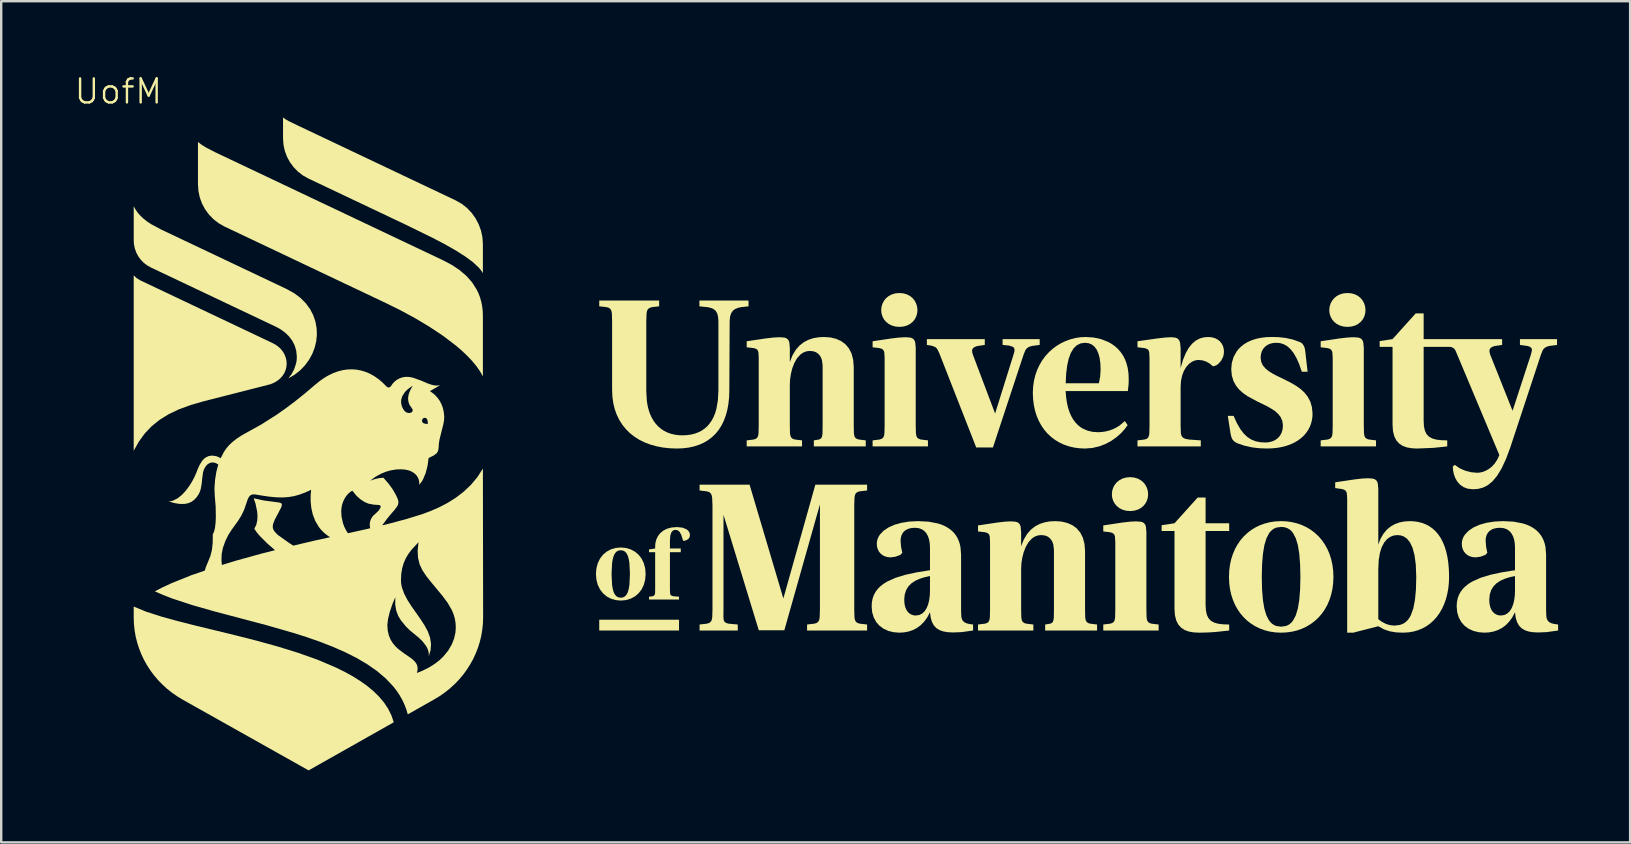
<source format=kicad_pcb>
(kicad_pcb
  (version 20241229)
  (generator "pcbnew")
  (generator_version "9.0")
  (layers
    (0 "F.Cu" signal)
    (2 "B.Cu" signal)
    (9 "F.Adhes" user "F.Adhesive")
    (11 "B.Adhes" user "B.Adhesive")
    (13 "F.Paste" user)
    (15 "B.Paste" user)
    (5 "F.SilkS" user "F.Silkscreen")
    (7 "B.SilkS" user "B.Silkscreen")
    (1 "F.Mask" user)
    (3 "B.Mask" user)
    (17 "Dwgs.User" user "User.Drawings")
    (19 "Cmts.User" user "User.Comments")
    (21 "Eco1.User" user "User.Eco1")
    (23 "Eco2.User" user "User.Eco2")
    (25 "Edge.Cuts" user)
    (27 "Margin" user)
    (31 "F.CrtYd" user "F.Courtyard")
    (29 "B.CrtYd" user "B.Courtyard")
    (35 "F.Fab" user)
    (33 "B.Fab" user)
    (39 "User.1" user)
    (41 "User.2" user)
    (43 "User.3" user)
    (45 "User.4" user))
  (footprint "UofM"
    (layer "F.Cu")
    (at 1.883 0.76)
    (property "Reference" "UofM" (at 0 0 0) (layer "F.SilkS") (effects (font (size 1 1) (thickness 0.1))))
    (attr through_hole)
    (fp_poly (pts (xy 20.04 22.016) (xy 23.365 22.016) (xy 23.365 22.466) (xy 20.04 22.466)) (stroke (width 0.001) (type solid)) (fill yes) (layer "F.SilkS"))
    (fp_poly (pts (xy 6.439 10.494) (xy 0.916 7.875) (xy 0.762 7.781) (xy 0.639 7.666) (xy 0.639 14.975) (xy 0.855 14.592) (xy 1.102 14.252) (xy 1.388 13.952) (xy 1.716 13.687) (xy 2.092 13.454) (xy 2.523 13.249) (xy 3.013 13.069) (xy 3.568 12.909) (xy 6.35 12.199) (xy 6.506 12.131) (xy 6.64 12.048) (xy 6.753 11.952) (xy 6.846 11.847) (xy 6.918 11.733) (xy 6.969 11.612) (xy 7.001 11.487) (xy 7.013 11.36) (xy 7.006 11.232) (xy 6.979 11.106) (xy 6.934 10.984) (xy 6.871 10.867) (xy 6.789 10.757) (xy 6.69 10.657) (xy 6.573 10.569)) (stroke (width 0.001) (type solid)) (fill yes) (layer "F.SilkS"))
    (fp_poly (pts (xy 15.191 7.575) (xy 15.121 7.465) (xy 15.028 7.351) (xy 14.78 7.118) (xy 14.454 6.877) (xy 14.059 6.627) (xy 13.604 6.368) (xy 13.096 6.102) (xy 11.959 5.546) (xy 7.921 3.631) (xy 7.69 3.501) (xy 7.483 3.341) (xy 7.302 3.155) (xy 7.149 2.948) (xy 7.026 2.72) (xy 6.936 2.477) (xy 6.881 2.222) (xy 6.862 1.957) (xy 6.862 1.084) (xy 6.973 1.165) (xy 7.117 1.247) (xy 7.499 1.431) (xy 14.059 4.542) (xy 14.306 4.682) (xy 14.528 4.856) (xy 14.721 5.059) (xy 14.884 5.287) (xy 15.015 5.535) (xy 15.112 5.799) (xy 15.171 6.075) (xy 15.191 6.36)) (stroke (width 0.001) (type solid)) (fill yes) (layer "F.SilkS"))
    (fp_poly (pts (xy 46.292 17.997) (xy 46.292 18.319) (xy 45.309 18.319) (xy 45.309 21.394) (xy 45.322 21.624) (xy 45.361 21.809) (xy 45.429 21.953) (xy 45.529 22.06) (xy 45.663 22.135) (xy 45.833 22.183) (xy 46.042 22.209) (xy 46.292 22.216) (xy 46.292 22.466) (xy 45.717 22.528) (xy 45.391 22.548) (xy 45.041 22.556) (xy 44.817 22.545) (xy 44.616 22.51) (xy 44.441 22.447) (xy 44.292 22.351) (xy 44.173 22.219) (xy 44.086 22.047) (xy 44.031 21.829) (xy 44.013 21.564) (xy 44.013 18.319) (xy 43.477 18.319) (xy 43.477 18.077) (xy 44.013 17.997) (xy 44.978 16.924) (xy 45.309 16.924) (xy 45.309 17.997)) (stroke (width 0.001) (type solid)) (fill yes) (layer "F.SilkS"))
    (fp_poly (pts (xy 33.301 9.116) (xy 33.288 9.251) (xy 33.25 9.38) (xy 33.188 9.498) (xy 33.103 9.602) (xy 32.995 9.689) (xy 32.867 9.756) (xy 32.718 9.798) (xy 32.55 9.813) (xy 32.381 9.798) (xy 32.231 9.756) (xy 32.101 9.689) (xy 31.992 9.602) (xy 31.905 9.498) (xy 31.842 9.38) (xy 31.803 9.251) (xy 31.79 9.116) (xy 31.803 8.978) (xy 31.842 8.846) (xy 31.905 8.725) (xy 31.992 8.618) (xy 32.101 8.528) (xy 32.231 8.46) (xy 32.381 8.416) (xy 32.55 8.401) (xy 32.718 8.416) (xy 32.867 8.46) (xy 32.995 8.528) (xy 33.103 8.618) (xy 33.188 8.725) (xy 33.25 8.846) (xy 33.288 8.978)) (stroke (width 0.001) (type solid)) (fill yes) (layer "F.SilkS"))
    (fp_poly (pts (xy 42.914 16.79) (xy 42.901 16.926) (xy 42.863 17.054) (xy 42.801 17.172) (xy 42.716 17.276) (xy 42.608 17.364) (xy 42.48 17.43) (xy 42.331 17.473) (xy 42.163 17.488) (xy 41.994 17.473) (xy 41.844 17.43) (xy 41.714 17.364) (xy 41.605 17.276) (xy 41.518 17.172) (xy 41.455 17.054) (xy 41.416 16.926) (xy 41.403 16.79) (xy 41.416 16.652) (xy 41.455 16.52) (xy 41.518 16.399) (xy 41.605 16.292) (xy 41.714 16.203) (xy 41.844 16.134) (xy 41.994 16.091) (xy 42.163 16.075) (xy 42.331 16.091) (xy 42.48 16.134) (xy 42.608 16.203) (xy 42.716 16.292) (xy 42.801 16.399) (xy 42.863 16.52) (xy 42.901 16.652)) (stroke (width 0.001) (type solid)) (fill yes) (layer "F.SilkS"))
    (fp_poly (pts (xy 51.973 9.116) (xy 51.96 9.251) (xy 51.923 9.38) (xy 51.861 9.498) (xy 51.775 9.602) (xy 51.668 9.689) (xy 51.54 9.756) (xy 51.391 9.798) (xy 51.222 9.813) (xy 51.054 9.798) (xy 50.904 9.756) (xy 50.774 9.689) (xy 50.665 9.602) (xy 50.578 9.498) (xy 50.515 9.38) (xy 50.476 9.251) (xy 50.463 9.116) (xy 50.476 8.978) (xy 50.515 8.846) (xy 50.578 8.725) (xy 50.665 8.618) (xy 50.774 8.528) (xy 50.904 8.46) (xy 51.054 8.416) (xy 51.222 8.401) (xy 51.391 8.416) (xy 51.54 8.46) (xy 51.668 8.528) (xy 51.775 8.618) (xy 51.861 8.725) (xy 51.923 8.846) (xy 51.96 8.978)) (stroke (width 0.001) (type solid)) (fill yes) (layer "F.SilkS"))
    (fp_poly (pts (xy 33.229 10.68) (xy 33.229 13.916) (xy 33.237 14.253) (xy 33.256 14.358) (xy 33.293 14.43) (xy 33.353 14.477) (xy 33.444 14.507) (xy 33.739 14.542) (xy 33.739 14.792) (xy 31.432 14.792) (xy 31.432 14.542) (xy 31.722 14.507) (xy 31.811 14.477) (xy 31.87 14.43) (xy 31.907 14.358) (xy 31.925 14.253) (xy 31.933 13.916) (xy 31.933 11.109) (xy 31.919 10.876) (xy 31.895 10.803) (xy 31.854 10.752) (xy 31.791 10.718) (xy 31.703 10.695) (xy 31.432 10.663) (xy 31.432 10.412) (xy 32.219 10.294) (xy 32.541 10.257) (xy 32.791 10.243) (xy 32.999 10.258) (xy 33.075 10.282) (xy 33.134 10.321) (xy 33.178 10.377) (xy 33.207 10.454)) (stroke (width 0.001) (type solid)) (fill yes) (layer "F.SilkS"))
    (fp_poly (pts (xy 42.842 18.355) (xy 42.842 21.591) (xy 42.85 21.927) (xy 42.869 22.032) (xy 42.906 22.104) (xy 42.966 22.152) (xy 43.057 22.181) (xy 43.352 22.216) (xy 43.352 22.466) (xy 41.045 22.466) (xy 41.045 22.216) (xy 41.335 22.181) (xy 41.424 22.152) (xy 41.483 22.104) (xy 41.52 22.032) (xy 41.538 21.927) (xy 41.546 21.591) (xy 41.546 18.784) (xy 41.532 18.55) (xy 41.508 18.477) (xy 41.467 18.426) (xy 41.404 18.392) (xy 41.316 18.369) (xy 41.045 18.337) (xy 41.045 18.087) (xy 41.832 17.968) (xy 42.154 17.931) (xy 42.404 17.917) (xy 42.612 17.932) (xy 42.688 17.956) (xy 42.747 17.995) (xy 42.791 18.051) (xy 42.82 18.128)) (stroke (width 0.001) (type solid)) (fill yes) (layer "F.SilkS"))
    (fp_poly (pts (xy 51.902 10.68) (xy 51.902 13.916) (xy 51.91 14.253) (xy 51.929 14.358) (xy 51.966 14.43) (xy 52.026 14.477) (xy 52.117 14.507) (xy 52.411 14.542) (xy 52.411 14.792) (xy 50.105 14.792) (xy 50.105 14.542) (xy 50.395 14.507) (xy 50.484 14.477) (xy 50.543 14.43) (xy 50.579 14.358) (xy 50.598 14.253) (xy 50.606 13.916) (xy 50.606 11.109) (xy 50.592 10.876) (xy 50.568 10.803) (xy 50.526 10.752) (xy 50.464 10.718) (xy 50.376 10.695) (xy 50.105 10.663) (xy 50.105 10.412) (xy 50.892 10.294) (xy 51.214 10.257) (xy 51.464 10.243) (xy 51.672 10.258) (xy 51.748 10.282) (xy 51.807 10.321) (xy 51.85 10.377) (xy 51.88 10.454)) (stroke (width 0.001) (type solid)) (fill yes) (layer "F.SilkS"))
    (fp_poly (pts (xy 36.849 10.323) (xy 36.849 10.564) (xy 37.113 10.59) (xy 37.275 10.642) (xy 37.319 10.679) (xy 37.343 10.722) (xy 37.344 10.83) (xy 37.305 10.967) (xy 36.537 13.423) (xy 35.616 10.984) (xy 35.587 10.891) (xy 35.577 10.812) (xy 35.589 10.745) (xy 35.627 10.69) (xy 35.694 10.646) (xy 35.794 10.611) (xy 36.107 10.564) (xy 36.107 10.323) (xy 33.694 10.323) (xy 33.694 10.564) (xy 33.903 10.599) (xy 34.04 10.651) (xy 34.091 10.693) (xy 34.134 10.748) (xy 34.212 10.913) (xy 35.75 14.837) (xy 36.447 14.837) (xy 37.725 10.967) (xy 37.798 10.786) (xy 37.844 10.721) (xy 37.903 10.672) (xy 37.981 10.633) (xy 38.086 10.605) (xy 38.395 10.564) (xy 38.395 10.323)) (stroke (width 0.001) (type solid)) (fill yes) (layer "F.SilkS"))
    (fp_poly (pts (xy 3.317 2.107) (xy 3.317 3.883) (xy 3.337 4.159) (xy 3.395 4.426) (xy 3.489 4.68) (xy 3.617 4.917) (xy 3.777 5.134) (xy 3.966 5.328) (xy 4.182 5.495) (xy 4.424 5.631) (xy 11.161 8.826) (xy 11.752 9.118) (xy 12.358 9.446) (xy 12.958 9.804) (xy 13.534 10.187) (xy 14.065 10.591) (xy 14.307 10.799) (xy 14.531 11.01) (xy 14.734 11.223) (xy 14.913 11.439) (xy 15.066 11.656) (xy 15.191 11.873) (xy 15.191 9.358) (xy 15.184 9.153) (xy 15.162 8.957) (xy 15.125 8.77) (xy 15.075 8.592) (xy 15.011 8.421) (xy 14.934 8.26) (xy 14.743 7.959) (xy 14.504 7.689) (xy 14.221 7.447) (xy 13.897 7.231) (xy 13.536 7.04) (xy 4.026 2.531) (xy 3.629 2.324) (xy 3.461 2.217)) (stroke (width 0.001) (type solid)) (fill yes) (layer "F.SilkS"))
    (fp_poly (pts (xy 0.639 21.468) (xy 0.639 21.938) (xy 0.649 22.2) (xy 0.676 22.458) (xy 0.72 22.713) (xy 0.782 22.963) (xy 0.86 23.208) (xy 0.954 23.447) (xy 1.063 23.679) (xy 1.188 23.904) (xy 1.327 24.12) (xy 1.481 24.328) (xy 1.649 24.526) (xy 1.831 24.714) (xy 2.025 24.891) (xy 2.232 25.056) (xy 2.452 25.209) (xy 2.683 25.349) (xy 7.928 28.295) (xy 11.477 26.29) (xy 11.38 26.004) (xy 11.245 25.732) (xy 11.075 25.474) (xy 10.871 25.23) (xy 10.637 24.999) (xy 10.374 24.78) (xy 10.083 24.572) (xy 9.769 24.375) (xy 9.432 24.189) (xy 9.075 24.013) (xy 8.311 23.688) (xy 7.492 23.396) (xy 6.638 23.132) (xy 5.766 22.891) (xy 4.893 22.669) (xy 3.217 22.262) (xy 2.45 22.068) (xy 1.752 21.874) (xy 1.143 21.676)) (stroke (width 0.001) (type solid)) (fill yes) (layer "F.SilkS"))
    (fp_poly (pts (xy 7.02 8.239) (xy 1.771 5.75) (xy 1.369 5.534) (xy 1.2 5.422) (xy 1.051 5.306) (xy 0.922 5.185) (xy 0.81 5.058) (xy 0.717 4.925) (xy 0.64 4.785) (xy 0.64 6.211) (xy 0.652 6.389) (xy 0.69 6.56) (xy 0.75 6.723) (xy 0.832 6.876) (xy 0.935 7.015) (xy 1.056 7.14) (xy 1.195 7.247) (xy 1.35 7.335) (xy 6.564 9.807) (xy 6.694 9.875) (xy 6.836 9.966) (xy 6.982 10.08) (xy 7.121 10.221) (xy 7.246 10.388) (xy 7.346 10.583) (xy 7.413 10.808) (xy 7.438 11.064) (xy 7.43 11.199) (xy 7.408 11.329) (xy 7.329 11.571) (xy 7.216 11.784) (xy 7.083 11.96) (xy 7.344 11.806) (xy 7.576 11.623) (xy 7.776 11.415) (xy 7.945 11.186) (xy 8.08 10.94) (xy 8.18 10.681) (xy 8.245 10.413) (xy 8.272 10.14) (xy 8.262 9.865) (xy 8.212 9.594) (xy 8.122 9.328) (xy 7.99 9.073) (xy 7.815 8.833) (xy 7.596 8.611) (xy 7.331 8.412)) (stroke (width 0.001) (type solid)) (fill yes) (layer "F.SilkS"))
    (fp_poly (pts (xy 23.82 18.491) (xy 23.806 18.574) (xy 23.763 18.64) (xy 23.696 18.69) (xy 23.607 18.725) (xy 23.535 18.725) (xy 23.464 18.496) (xy 23.391 18.357) (xy 23.31 18.288) (xy 23.212 18.27) (xy 23.119 18.294) (xy 23.048 18.37) (xy 23.002 18.505) (xy 22.986 18.704) (xy 22.986 19.048) (xy 23.437 19.048) (xy 23.437 19.202) (xy 22.986 19.202) (xy 22.986 20.758) (xy 22.992 20.918) (xy 23.006 20.968) (xy 23.034 21.003) (xy 23.079 21.025) (xy 23.146 21.039) (xy 23.365 21.056) (xy 23.365 21.175) (xy 22.114 21.175) (xy 22.114 21.056) (xy 22.262 21.039) (xy 22.338 21.003) (xy 22.366 20.918) (xy 22.37 20.758) (xy 22.37 19.202) (xy 22.114 19.202) (xy 22.114 19.087) (xy 22.37 19.048) (xy 22.37 18.963) (xy 22.381 18.819) (xy 22.418 18.675) (xy 22.482 18.539) (xy 22.575 18.416) (xy 22.699 18.31) (xy 22.856 18.227) (xy 23.047 18.174) (xy 23.276 18.155) (xy 23.501 18.178) (xy 23.672 18.245) (xy 23.735 18.293) (xy 23.782 18.351) (xy 23.81 18.417)) (stroke (width 0.001) (type solid)) (fill yes) (layer "F.SilkS"))
    (fp_poly (pts (xy 31.203 16.63) (xy 31.203 16.388) (xy 29.046 16.388) (xy 27.713 21.13) (xy 26.305 16.388) (xy 24.222 16.388) (xy 24.222 16.63) (xy 24.517 16.665) (xy 24.612 16.694) (xy 24.678 16.742) (xy 24.721 16.816) (xy 24.745 16.922) (xy 24.759 17.264) (xy 24.759 21.59) (xy 24.748 21.927) (xy 24.726 22.032) (xy 24.685 22.104) (xy 24.62 22.152) (xy 24.525 22.181) (xy 24.222 22.216) (xy 24.222 22.466) (xy 25.813 22.466) (xy 25.813 22.216) (xy 25.434 22.181) (xy 25.326 22.152) (xy 25.261 22.104) (xy 25.227 22.032) (xy 25.215 21.927) (xy 25.218 21.591) (xy 25.218 17.643) (xy 26.689 22.457) (xy 27.753 22.457) (xy 29.237 17.21) (xy 29.237 21.591) (xy 29.226 21.927) (xy 29.204 22.032) (xy 29.163 22.104) (xy 29.098 22.152) (xy 29.003 22.181) (xy 28.701 22.216) (xy 28.701 22.466) (xy 31.203 22.466) (xy 31.203 22.216) (xy 30.897 22.181) (xy 30.802 22.152) (xy 30.737 22.104) (xy 30.698 22.032) (xy 30.677 21.927) (xy 30.667 21.591) (xy 30.667 17.264) (xy 30.677 16.922) (xy 30.698 16.816) (xy 30.738 16.742) (xy 30.802 16.694) (xy 30.897 16.665)) (stroke (width 0.001) (type solid)) (fill yes) (layer "F.SilkS"))
    (fp_poly (pts (xy 20.553 20.112) (xy 20.575 20.567) (xy 20.604 20.738) (xy 20.644 20.873) (xy 20.697 20.975) (xy 20.763 21.045) (xy 20.843 21.086) (xy 20.936 21.099) (xy 21.029 21.086) (xy 21.109 21.045) (xy 21.175 20.975) (xy 21.228 20.873) (xy 21.268 20.738) (xy 21.297 20.567) (xy 21.319 20.112) (xy 21.297 19.654) (xy 21.268 19.482) (xy 21.228 19.347) (xy 21.175 19.245) (xy 21.109 19.174) (xy 21.029 19.134) (xy 20.936 19.121) (xy 20.936 19.006) (xy 21.153 19.026) (xy 21.351 19.085) (xy 21.528 19.18) (xy 21.68 19.308) (xy 21.804 19.468) (xy 21.896 19.657) (xy 21.954 19.873) (xy 21.974 20.112) (xy 21.954 20.351) (xy 21.896 20.566) (xy 21.804 20.755) (xy 21.68 20.915) (xy 21.528 21.044) (xy 21.351 21.139) (xy 21.153 21.198) (xy 20.936 21.218) (xy 20.721 21.198) (xy 20.523 21.139) (xy 20.347 21.044) (xy 20.196 20.915) (xy 20.072 20.755) (xy 19.98 20.566) (xy 19.922 20.351) (xy 19.902 20.112) (xy 19.922 19.873) (xy 19.98 19.657) (xy 20.072 19.468) (xy 20.196 19.308) (xy 20.347 19.18) (xy 20.523 19.085) (xy 20.721 19.026) (xy 20.936 19.006) (xy 20.936 19.121) (xy 20.844 19.134) (xy 20.765 19.174) (xy 20.699 19.245) (xy 20.646 19.347) (xy 20.605 19.482) (xy 20.576 19.654)) (stroke (width 0.001) (type solid)) (fill yes) (layer "F.SilkS"))
    (fp_poly (pts (xy 46.074 10.841) (xy 46.065 10.952) (xy 46.043 11.05) (xy 45.964 11.211) (xy 45.863 11.33) (xy 45.761 11.413) (xy 45.618 11.458) (xy 45.484 11.344) (xy 45.338 11.26) (xy 45.179 11.208) (xy 45.01 11.19) (xy 44.873 11.209) (xy 44.74 11.265) (xy 44.614 11.357) (xy 44.502 11.484) (xy 44.406 11.643) (xy 44.333 11.835) (xy 44.285 12.056) (xy 44.268 12.307) (xy 44.268 13.925) (xy 44.279 14.256) (xy 44.308 14.36) (xy 44.367 14.431) (xy 44.466 14.478) (xy 44.615 14.507) (xy 45.109 14.542) (xy 45.109 14.792) (xy 42.471 14.792) (xy 42.471 14.542) (xy 42.761 14.507) (xy 42.85 14.478) (xy 42.91 14.431) (xy 42.946 14.36) (xy 42.964 14.256) (xy 42.972 13.925) (xy 42.972 11.109) (xy 42.96 10.876) (xy 42.939 10.803) (xy 42.899 10.752) (xy 42.838 10.717) (xy 42.75 10.695) (xy 42.471 10.663) (xy 42.471 10.412) (xy 43.298 10.294) (xy 43.631 10.256) (xy 43.884 10.243) (xy 44.057 10.261) (xy 44.123 10.288) (xy 44.177 10.33) (xy 44.217 10.389) (xy 44.246 10.469) (xy 44.268 10.698) (xy 44.268 11.53) (xy 44.367 11.189) (xy 44.481 10.909) (xy 44.609 10.684) (xy 44.75 10.51) (xy 44.902 10.382) (xy 45.064 10.297) (xy 45.235 10.249) (xy 45.412 10.234) (xy 45.564 10.246) (xy 45.697 10.282) (xy 45.81 10.339) (xy 45.904 10.414) (xy 45.978 10.504) (xy 46.031 10.607) (xy 46.063 10.72)) (stroke (width 0.001) (type solid)) (fill yes) (layer "F.SilkS"))
    (fp_poly (pts (xy 30.646 11.476) (xy 30.646 13.916) (xy 30.653 14.253) (xy 30.672 14.358) (xy 30.708 14.43) (xy 30.768 14.477) (xy 30.857 14.507) (xy 31.146 14.542) (xy 31.146 14.792) (xy 28.983 14.792) (xy 28.983 14.542) (xy 29.195 14.507) (xy 29.26 14.477) (xy 29.304 14.43) (xy 29.33 14.358) (xy 29.344 14.253) (xy 29.349 13.916) (xy 29.349 11.422) (xy 29.322 11.203) (xy 29.286 11.1) (xy 29.233 11.008) (xy 29.162 10.929) (xy 29.071 10.868) (xy 28.958 10.829) (xy 28.822 10.815) (xy 28.711 10.825) (xy 28.609 10.853) (xy 28.516 10.898) (xy 28.431 10.958) (xy 28.285 11.117) (xy 28.171 11.315) (xy 28.085 11.538) (xy 28.027 11.772) (xy 27.993 12.004) (xy 27.982 12.218) (xy 27.982 13.916) (xy 27.99 14.253) (xy 28.009 14.358) (xy 28.046 14.43) (xy 28.106 14.478) (xy 28.197 14.507) (xy 28.491 14.542) (xy 28.491 14.792) (xy 26.185 14.792) (xy 26.185 14.542) (xy 26.475 14.507) (xy 26.564 14.478) (xy 26.623 14.43) (xy 26.659 14.358) (xy 26.678 14.253) (xy 26.686 13.916) (xy 26.686 11.109) (xy 26.674 10.876) (xy 26.652 10.803) (xy 26.613 10.752) (xy 26.552 10.718) (xy 26.463 10.695) (xy 26.185 10.663) (xy 26.185 10.412) (xy 26.979 10.294) (xy 27.297 10.257) (xy 27.544 10.243) (xy 27.752 10.258) (xy 27.828 10.282) (xy 27.887 10.321) (xy 27.931 10.377) (xy 27.96 10.454) (xy 27.982 10.681) (xy 27.982 11.279) (xy 28.093 10.998) (xy 28.23 10.769) (xy 28.39 10.587) (xy 28.569 10.448) (xy 28.763 10.348) (xy 28.969 10.281) (xy 29.183 10.245) (xy 29.403 10.234) (xy 29.667 10.252) (xy 29.907 10.308) (xy 30.118 10.403) (xy 30.299 10.536) (xy 30.446 10.71) (xy 30.555 10.924) (xy 30.622 11.179)) (stroke (width 0.001) (type solid)) (fill yes) (layer "F.SilkS"))
    (fp_poly (pts (xy 40.286 19.15) (xy 40.286 21.591) (xy 40.293 21.927) (xy 40.312 22.032) (xy 40.348 22.104) (xy 40.408 22.152) (xy 40.497 22.181) (xy 40.786 22.216) (xy 40.786 22.466) (xy 38.623 22.466) (xy 38.623 22.216) (xy 38.835 22.181) (xy 38.9 22.152) (xy 38.944 22.104) (xy 38.97 22.032) (xy 38.984 21.927) (xy 38.989 21.591) (xy 38.989 19.097) (xy 38.962 18.877) (xy 38.926 18.775) (xy 38.873 18.682) (xy 38.802 18.603) (xy 38.71 18.542) (xy 38.598 18.503) (xy 38.462 18.489) (xy 38.351 18.499) (xy 38.249 18.527) (xy 38.155 18.572) (xy 38.07 18.633) (xy 37.925 18.791) (xy 37.811 18.989) (xy 37.725 19.212) (xy 37.666 19.447) (xy 37.633 19.678) (xy 37.622 19.892) (xy 37.622 21.591) (xy 37.63 21.927) (xy 37.649 22.032) (xy 37.685 22.105) (xy 37.746 22.152) (xy 37.837 22.181) (xy 38.131 22.216) (xy 38.131 22.466) (xy 35.825 22.466) (xy 35.825 22.216) (xy 36.115 22.181) (xy 36.204 22.152) (xy 36.263 22.105) (xy 36.299 22.032) (xy 36.318 21.927) (xy 36.326 21.591) (xy 36.326 18.784) (xy 36.314 18.55) (xy 36.292 18.477) (xy 36.253 18.426) (xy 36.192 18.392) (xy 36.103 18.369) (xy 35.825 18.337) (xy 35.825 18.087) (xy 36.618 17.968) (xy 36.936 17.931) (xy 37.184 17.917) (xy 37.392 17.932) (xy 37.468 17.956) (xy 37.527 17.995) (xy 37.57 18.051) (xy 37.6 18.128) (xy 37.622 18.355) (xy 37.622 18.954) (xy 37.733 18.673) (xy 37.87 18.443) (xy 38.03 18.261) (xy 38.208 18.122) (xy 38.402 18.022) (xy 38.609 17.956) (xy 38.823 17.919) (xy 39.043 17.908) (xy 39.307 17.926) (xy 39.546 17.983) (xy 39.758 18.077) (xy 39.939 18.211) (xy 40.086 18.384) (xy 40.194 18.598) (xy 40.262 18.853)) (stroke (width 0.001) (type solid)) (fill yes) (layer "F.SilkS"))
    (fp_poly (pts (xy 58.409 10.323) (xy 58.409 10.564) (xy 58.735 10.61) (xy 58.827 10.644) (xy 58.881 10.687) (xy 58.905 10.74) (xy 58.906 10.804) (xy 58.866 10.967) (xy 58.102 13.309) (xy 57.176 10.984) (xy 57.147 10.891) (xy 57.137 10.812) (xy 57.149 10.745) (xy 57.187 10.69) (xy 57.254 10.646) (xy 57.354 10.611) (xy 57.667 10.564) (xy 57.667 10.323) (xy 54.396 10.323) (xy 54.396 9.25) (xy 54.065 9.25) (xy 53.1 10.323) (xy 52.563 10.404) (xy 52.563 10.645) (xy 53.1 10.645) (xy 53.1 13.89) (xy 53.118 14.155) (xy 53.172 14.373) (xy 53.26 14.545) (xy 53.379 14.677) (xy 53.527 14.773) (xy 53.703 14.836) (xy 53.904 14.871) (xy 54.128 14.882) (xy 54.804 14.854) (xy 55.379 14.793) (xy 55.379 14.542) (xy 55.129 14.535) (xy 54.92 14.51) (xy 54.75 14.461) (xy 54.616 14.386) (xy 54.516 14.279) (xy 54.447 14.135) (xy 54.408 13.951) (xy 54.396 13.72) (xy 54.396 10.645) (xy 55.483 10.645) (xy 55.561 10.657) (xy 55.63 10.69) (xy 55.687 10.741) (xy 55.727 10.807) (xy 57.551 15.154) (xy 57.462 15.349) (xy 57.355 15.51) (xy 57.236 15.638) (xy 57.109 15.737) (xy 56.98 15.809) (xy 56.854 15.857) (xy 56.736 15.884) (xy 56.63 15.892) (xy 56.382 15.871) (xy 56.131 15.807) (xy 55.895 15.703) (xy 55.692 15.561) (xy 55.611 15.633) (xy 55.621 15.781) (xy 55.652 15.939) (xy 55.708 16.098) (xy 55.79 16.247) (xy 55.903 16.38) (xy 56.049 16.485) (xy 56.231 16.555) (xy 56.452 16.58) (xy 56.665 16.564) (xy 56.872 16.51) (xy 57.072 16.408) (xy 57.266 16.249) (xy 57.456 16.021) (xy 57.642 15.717) (xy 57.825 15.325) (xy 58.007 14.837) (xy 59.285 10.967) (xy 59.358 10.786) (xy 59.404 10.722) (xy 59.463 10.672) (xy 59.541 10.634) (xy 59.646 10.605) (xy 59.955 10.565) (xy 59.955 10.323)) (stroke (width 0.001) (type solid)) (fill yes) (layer "F.SilkS"))
    (fp_poly (pts (xy 25.475 9.589) (xy 25.461 12.459) (xy 25.452 12.744) (xy 25.424 13.013) (xy 25.379 13.264) (xy 25.316 13.498) (xy 25.236 13.715) (xy 25.139 13.914) (xy 25.025 14.095) (xy 24.894 14.258) (xy 24.746 14.402) (xy 24.583 14.528) (xy 24.403 14.635) (xy 24.208 14.723) (xy 23.997 14.792) (xy 23.772 14.842) (xy 23.531 14.872) (xy 23.275 14.882) (xy 22.977 14.871) (xy 22.693 14.84) (xy 22.424 14.788) (xy 22.169 14.717) (xy 21.93 14.626) (xy 21.708 14.516) (xy 21.504 14.387) (xy 21.317 14.24) (xy 21.15 14.074) (xy 21.003 13.892) (xy 20.876 13.692) (xy 20.77 13.475) (xy 20.686 13.242) (xy 20.626 12.994) (xy 20.589 12.729) (xy 20.576 12.45) (xy 20.576 9.59) (xy 20.567 9.248) (xy 20.545 9.142) (xy 20.506 9.068) (xy 20.441 9.02) (xy 20.346 8.99) (xy 20.04 8.955) (xy 20.04 8.714) (xy 22.536 8.714) (xy 22.536 8.955) (xy 22.233 8.99) (xy 22.139 9.02) (xy 22.074 9.068) (xy 22.033 9.142) (xy 22.011 9.248) (xy 22 9.59) (xy 22 12.504) (xy 22.026 12.923) (xy 22.059 13.113) (xy 22.104 13.289) (xy 22.162 13.453) (xy 22.231 13.603) (xy 22.312 13.739) (xy 22.404 13.862) (xy 22.507 13.971) (xy 22.62 14.065) (xy 22.743 14.146) (xy 22.876 14.212) (xy 23.019 14.264) (xy 23.17 14.301) (xy 23.33 14.324) (xy 23.499 14.332) (xy 23.691 14.324) (xy 23.868 14.299) (xy 24.032 14.258) (xy 24.182 14.201) (xy 24.319 14.129) (xy 24.442 14.042) (xy 24.553 13.942) (xy 24.65 13.827) (xy 24.736 13.699) (xy 24.809 13.558) (xy 24.87 13.405) (xy 24.92 13.24) (xy 24.984 12.875) (xy 25.006 12.469) (xy 25.006 9.59) (xy 24.993 9.396) (xy 24.955 9.249) (xy 24.892 9.143) (xy 24.804 9.069) (xy 24.692 9.021) (xy 24.556 8.991) (xy 24.214 8.956) (xy 24.214 8.715) (xy 26.262 8.715) (xy 26.262 8.956) (xy 25.948 8.991) (xy 25.814 9.021) (xy 25.699 9.069) (xy 25.605 9.143) (xy 25.534 9.249) (xy 25.49 9.396)) (stroke (width 0.001) (type solid)) (fill yes) (layer "F.SilkS"))
    (fp_poly (pts (xy 40.862 12.163) (xy 39.479 12.163) (xy 39.498 11.765) (xy 39.541 11.421) (xy 39.606 11.131) (xy 39.695 10.894) (xy 39.807 10.71) (xy 39.942 10.579) (xy 40.1 10.501) (xy 40.282 10.475) (xy 40.317 10.234) (xy 40.099 10.244) (xy 39.886 10.276) (xy 39.679 10.329) (xy 39.478 10.401) (xy 39.286 10.492) (xy 39.104 10.601) (xy 38.933 10.728) (xy 38.774 10.873) (xy 38.629 11.033) (xy 38.499 11.209) (xy 38.386 11.401) (xy 38.29 11.606) (xy 38.213 11.825) (xy 38.156 12.057) (xy 38.121 12.302) (xy 38.109 12.558) (xy 38.12 12.819) (xy 38.151 13.068) (xy 38.201 13.303) (xy 38.27 13.524) (xy 38.358 13.73) (xy 38.462 13.921) (xy 38.583 14.097) (xy 38.719 14.256) (xy 38.871 14.398) (xy 39.036 14.523) (xy 39.215 14.631) (xy 39.407 14.72) (xy 39.61 14.79) (xy 39.824 14.841) (xy 40.048 14.871) (xy 40.282 14.882) (xy 40.593 14.858) (xy 40.881 14.791) (xy 41.146 14.689) (xy 41.385 14.559) (xy 41.598 14.408) (xy 41.782 14.245) (xy 41.937 14.075) (xy 42.06 13.908) (xy 41.944 13.738) (xy 41.725 13.923) (xy 41.599 14.002) (xy 41.461 14.07) (xy 41.314 14.126) (xy 41.157 14.167) (xy 40.992 14.193) (xy 40.818 14.202) (xy 40.609 14.188) (xy 40.391 14.138) (xy 40.174 14.041) (xy 40.07 13.972) (xy 39.97 13.887) (xy 39.875 13.785) (xy 39.787 13.665) (xy 39.708 13.526) (xy 39.638 13.365) (xy 39.578 13.182) (xy 39.531 12.976) (xy 39.496 12.744) (xy 39.477 12.486) (xy 42.069 12.486) (xy 42.101 12.193) (xy 42.105 11.968) (xy 42.094 11.736) (xy 42.063 11.524) (xy 42.013 11.33) (xy 41.945 11.154) (xy 41.861 10.995) (xy 41.763 10.853) (xy 41.652 10.728) (xy 41.53 10.618) (xy 41.397 10.523) (xy 41.256 10.443) (xy 40.955 10.323) (xy 40.638 10.255) (xy 40.317 10.234) (xy 40.282 10.475) (xy 40.435 10.493) (xy 40.568 10.548) (xy 40.68 10.638) (xy 40.772 10.763) (xy 40.843 10.923) (xy 40.894 11.116) (xy 40.924 11.342) (xy 40.934 11.601) (xy 40.914 11.897)) (stroke (width 0.001) (type solid)) (fill yes) (layer "F.SilkS"))
    (fp_poly (pts (xy 52.506 19.892) (xy 52.506 21.993) (xy 52.665 22.11) (xy 52.831 22.194) (xy 53.003 22.244) (xy 53.177 22.261) (xy 53.395 22.236) (xy 53.493 22.204) (xy 53.583 22.159) (xy 53.665 22.098) (xy 53.74 22.022) (xy 53.807 21.929) (xy 53.867 21.819) (xy 53.965 21.545) (xy 54.034 21.194) (xy 54.075 20.758) (xy 54.088 20.232) (xy 54.069 19.726) (xy 54.016 19.326) (xy 53.934 19.02) (xy 53.829 18.797) (xy 53.708 18.644) (xy 53.575 18.55) (xy 53.438 18.502) (xy 53.302 18.489) (xy 53.149 18.506) (xy 53.004 18.562) (xy 52.869 18.659) (xy 52.75 18.802) (xy 52.649 18.992) (xy 52.506 18.882) (xy 52.6 18.64) (xy 52.718 18.436) (xy 52.858 18.267) (xy 53.018 18.133) (xy 53.196 18.032) (xy 53.389 17.962) (xy 53.595 17.921) (xy 53.811 17.908) (xy 53.99 17.916) (xy 54.162 17.94) (xy 54.325 17.981) (xy 54.479 18.04) (xy 54.624 18.115) (xy 54.76 18.209) (xy 54.885 18.322) (xy 54.999 18.453) (xy 55.102 18.603) (xy 55.192 18.774) (xy 55.271 18.964) (xy 55.336 19.175) (xy 55.388 19.407) (xy 55.425 19.66) (xy 55.448 19.935) (xy 55.456 20.232) (xy 55.448 20.479) (xy 55.422 20.717) (xy 55.381 20.944) (xy 55.324 21.161) (xy 55.251 21.365) (xy 55.164 21.556) (xy 55.061 21.734) (xy 54.944 21.897) (xy 54.813 22.044) (xy 54.669 22.174) (xy 54.511 22.287) (xy 54.34 22.381) (xy 54.156 22.456) (xy 53.961 22.511) (xy 53.753 22.544) (xy 53.534 22.556) (xy 53.247 22.543) (xy 52.983 22.499) (xy 52.739 22.416) (xy 52.506 22.288) (xy 51.461 22.556) (xy 51.21 22.556) (xy 51.21 16.978) (xy 51.196 16.75) (xy 51.172 16.678) (xy 51.131 16.627) (xy 51.068 16.592) (xy 50.98 16.568) (xy 50.71 16.531) (xy 50.71 16.29) (xy 51.496 16.172) (xy 51.818 16.134) (xy 52.068 16.12) (xy 52.276 16.136) (xy 52.352 16.16) (xy 52.411 16.198) (xy 52.455 16.254) (xy 52.484 16.331) (xy 52.506 16.558) (xy 52.506 18.882) (xy 52.649 18.992) (xy 52.573 19.235) (xy 52.524 19.534)) (stroke (width 0.001) (type solid)) (fill yes) (layer "F.SilkS"))
    (fp_poly (pts (xy 47.651 20.232) (xy 47.662 20.752) (xy 47.697 21.189) (xy 47.757 21.548) (xy 47.842 21.832) (xy 47.953 22.045) (xy 48.019 22.127) (xy 48.092 22.193) (xy 48.172 22.243) (xy 48.259 22.278) (xy 48.455 22.306) (xy 48.652 22.278) (xy 48.739 22.243) (xy 48.819 22.193) (xy 48.892 22.127) (xy 48.957 22.045) (xy 49.069 21.832) (xy 49.154 21.548) (xy 49.213 21.189) (xy 49.248 20.752) (xy 49.26 20.232) (xy 49.248 19.709) (xy 49.213 19.269) (xy 49.154 18.909) (xy 49.069 18.624) (xy 48.957 18.41) (xy 48.892 18.328) (xy 48.819 18.262) (xy 48.739 18.212) (xy 48.652 18.177) (xy 48.557 18.156) (xy 48.455 18.149) (xy 48.455 17.908) (xy 48.688 17.918) (xy 48.911 17.95) (xy 49.125 18.002) (xy 49.328 18.073) (xy 49.52 18.164) (xy 49.699 18.273) (xy 49.866 18.4) (xy 50.019 18.543) (xy 50.157 18.703) (xy 50.279 18.88) (xy 50.385 19.071) (xy 50.473 19.276) (xy 50.543 19.496) (xy 50.595 19.729) (xy 50.626 19.974) (xy 50.637 20.232) (xy 50.626 20.489) (xy 50.595 20.734) (xy 50.543 20.967) (xy 50.473 21.187) (xy 50.385 21.393) (xy 50.279 21.584) (xy 50.157 21.76) (xy 50.019 21.92) (xy 49.866 22.064) (xy 49.699 22.19) (xy 49.52 22.299) (xy 49.328 22.39) (xy 49.125 22.462) (xy 48.911 22.514) (xy 48.688 22.545) (xy 48.455 22.556) (xy 48.225 22.545) (xy 48.003 22.514) (xy 47.79 22.462) (xy 47.588 22.39) (xy 47.397 22.299) (xy 47.218 22.19) (xy 47.052 22.064) (xy 46.9 21.92) (xy 46.763 21.76) (xy 46.641 21.584) (xy 46.535 21.393) (xy 46.447 21.187) (xy 46.376 20.967) (xy 46.325 20.734) (xy 46.294 20.489) (xy 46.283 20.232) (xy 46.294 19.974) (xy 46.325 19.729) (xy 46.376 19.496) (xy 46.447 19.276) (xy 46.535 19.071) (xy 46.641 18.88) (xy 46.763 18.703) (xy 46.9 18.543) (xy 47.052 18.4) (xy 47.218 18.273) (xy 47.397 18.164) (xy 47.588 18.073) (xy 47.79 18.002) (xy 48.003 17.95) (xy 48.225 17.918) (xy 48.455 17.908) (xy 48.455 18.149) (xy 48.262 18.176) (xy 48.175 18.212) (xy 48.096 18.262) (xy 48.023 18.328) (xy 47.957 18.41) (xy 47.845 18.624) (xy 47.759 18.909) (xy 47.699 19.269) (xy 47.663 19.708)) (stroke (width 0.001) (type solid)) (fill yes) (layer "F.SilkS"))
    (fp_poly (pts (xy 49.247 10.448) (xy 49.305 10.481) (xy 49.351 10.523) (xy 49.415 10.626) (xy 49.448 10.733) (xy 49.462 10.823) (xy 49.56 11.681) (xy 49.319 11.681) (xy 49.211 11.37) (xy 49.097 11.112) (xy 48.976 10.903) (xy 48.847 10.74) (xy 48.711 10.618) (xy 48.567 10.536) (xy 48.415 10.489) (xy 48.255 10.475) (xy 48.119 10.485) (xy 47.995 10.516) (xy 47.883 10.567) (xy 47.788 10.637) (xy 47.71 10.726) (xy 47.651 10.833) (xy 47.615 10.958) (xy 47.602 11.1) (xy 47.627 11.27) (xy 47.695 11.417) (xy 47.802 11.544) (xy 47.94 11.657) (xy 48.104 11.76) (xy 48.287 11.857) (xy 48.684 12.049) (xy 48.886 12.153) (xy 49.081 12.269) (xy 49.264 12.399) (xy 49.428 12.55) (xy 49.566 12.724) (xy 49.673 12.927) (xy 49.741 13.162) (xy 49.766 13.433) (xy 49.758 13.582) (xy 49.734 13.727) (xy 49.696 13.866) (xy 49.642 13.999) (xy 49.572 14.126) (xy 49.488 14.245) (xy 49.39 14.357) (xy 49.276 14.459) (xy 49.148 14.552) (xy 49.006 14.636) (xy 48.85 14.708) (xy 48.68 14.768) (xy 48.495 14.817) (xy 48.298 14.852) (xy 48.086 14.874) (xy 47.862 14.881) (xy 47.548 14.87) (xy 47.237 14.833) (xy 46.928 14.764) (xy 46.619 14.657) (xy 46.507 14.591) (xy 46.431 14.509) (xy 46.383 14.405) (xy 46.351 14.273) (xy 46.235 13.522) (xy 46.476 13.522) (xy 46.612 13.821) (xy 46.752 14.065) (xy 46.899 14.258) (xy 47.054 14.405) (xy 47.219 14.511) (xy 47.398 14.581) (xy 47.59 14.619) (xy 47.799 14.631) (xy 47.949 14.619) (xy 48.087 14.584) (xy 48.212 14.527) (xy 48.32 14.448) (xy 48.409 14.348) (xy 48.475 14.227) (xy 48.517 14.086) (xy 48.532 13.924) (xy 48.508 13.738) (xy 48.44 13.578) (xy 48.333 13.439) (xy 48.196 13.318) (xy 48.032 13.21) (xy 47.85 13.11) (xy 47.455 12.917) (xy 47.059 12.702) (xy 46.877 12.576) (xy 46.714 12.431) (xy 46.577 12.263) (xy 46.47 12.067) (xy 46.402 11.839) (xy 46.378 11.573) (xy 46.402 11.316) (xy 46.475 11.07) (xy 46.599 10.843) (xy 46.681 10.739) (xy 46.777 10.642) (xy 46.886 10.553) (xy 47.01 10.473) (xy 47.149 10.403) (xy 47.302 10.344) (xy 47.47 10.297) (xy 47.653 10.262) (xy 47.852 10.24) (xy 48.067 10.233) (xy 48.351 10.241) (xy 48.64 10.273) (xy 48.938 10.338)) (stroke (width 0.001) (type solid)) (fill yes) (layer "F.SilkS"))
    (fp_poly (pts (xy 33.823 20.196) (xy 33.597 20.246) (xy 33.391 20.311) (xy 33.208 20.394) (xy 33.052 20.498) (xy 32.924 20.626) (xy 32.83 20.782) (xy 32.77 20.968) (xy 32.75 21.188) (xy 32.761 21.35) (xy 32.79 21.486) (xy 32.837 21.599) (xy 32.898 21.689) (xy 32.97 21.757) (xy 33.052 21.804) (xy 33.14 21.832) (xy 33.233 21.841) (xy 33.379 21.819) (xy 33.502 21.757) (xy 33.604 21.659) (xy 33.685 21.53) (xy 33.823 21.706) (xy 33.71 21.917) (xy 33.582 22.095) (xy 33.438 22.242) (xy 33.281 22.359) (xy 33.112 22.447) (xy 32.932 22.508) (xy 32.742 22.544) (xy 32.545 22.556) (xy 32.308 22.537) (xy 32.089 22.483) (xy 31.893 22.394) (xy 31.723 22.271) (xy 31.584 22.114) (xy 31.48 21.926) (xy 31.414 21.706) (xy 31.392 21.456) (xy 31.402 21.285) (xy 31.434 21.128) (xy 31.486 20.983) (xy 31.558 20.851) (xy 31.649 20.729) (xy 31.76 20.619) (xy 31.89 20.518) (xy 32.037 20.427) (xy 32.386 20.27) (xy 32.802 20.143) (xy 33.282 20.039) (xy 33.823 19.954) (xy 33.823 19.016) (xy 33.815 18.847) (xy 33.789 18.69) (xy 33.745 18.549) (xy 33.681 18.426) (xy 33.595 18.325) (xy 33.487 18.249) (xy 33.355 18.201) (xy 33.197 18.185) (xy 33.058 18.194) (xy 32.938 18.221) (xy 32.835 18.267) (xy 32.75 18.328) (xy 32.684 18.405) (xy 32.637 18.497) (xy 32.608 18.602) (xy 32.598 18.72) (xy 32.617 18.972) (xy 32.67 19.23) (xy 32.58 19.319) (xy 32.376 19.392) (xy 32.178 19.418) (xy 32.059 19.407) (xy 31.949 19.377) (xy 31.852 19.329) (xy 31.768 19.263) (xy 31.7 19.182) (xy 31.649 19.086) (xy 31.617 18.976) (xy 31.606 18.854) (xy 31.614 18.752) (xy 31.639 18.654) (xy 31.679 18.561) (xy 31.734 18.472) (xy 31.886 18.311) (xy 32.09 18.173) (xy 32.342 18.06) (xy 32.636 17.977) (xy 32.967 17.925) (xy 33.331 17.907) (xy 33.772 17.931) (xy 34.146 18.003) (xy 34.308 18.055) (xy 34.455 18.119) (xy 34.585 18.194) (xy 34.701 18.279) (xy 34.802 18.374) (xy 34.888 18.479) (xy 34.96 18.593) (xy 35.018 18.717) (xy 35.063 18.85) (xy 35.094 18.992) (xy 35.119 19.302) (xy 35.119 21.635) (xy 35.129 21.885) (xy 35.15 21.98) (xy 35.188 22.056) (xy 35.249 22.116) (xy 35.338 22.162) (xy 35.459 22.194) (xy 35.62 22.216) (xy 35.62 22.466) (xy 35.14 22.533) (xy 34.788 22.547) (xy 34.572 22.537) (xy 34.383 22.506) (xy 34.224 22.45) (xy 34.091 22.368) (xy 33.985 22.255) (xy 33.906 22.109) (xy 33.852 21.927) (xy 33.823 21.706) (xy 33.685 21.53) (xy 33.747 21.375) (xy 33.79 21.2) (xy 33.815 21.007) (xy 33.823 20.804)) (stroke (width 0.001) (type solid)) (fill yes) (layer "F.SilkS"))
    (fp_poly (pts (xy 58.203 20.196) (xy 57.978 20.246) (xy 57.772 20.311) (xy 57.589 20.394) (xy 57.432 20.498) (xy 57.305 20.626) (xy 57.21 20.782) (xy 57.151 20.968) (xy 57.131 21.188) (xy 57.141 21.35) (xy 57.171 21.486) (xy 57.217 21.599) (xy 57.278 21.689) (xy 57.351 21.757) (xy 57.432 21.804) (xy 57.521 21.832) (xy 57.613 21.841) (xy 57.759 21.819) (xy 57.883 21.757) (xy 57.985 21.659) (xy 58.066 21.53) (xy 58.203 21.706) (xy 58.091 21.917) (xy 57.962 22.095) (xy 57.819 22.242) (xy 57.662 22.359) (xy 57.492 22.447) (xy 57.312 22.508) (xy 57.123 22.544) (xy 56.925 22.556) (xy 56.688 22.537) (xy 56.47 22.483) (xy 56.274 22.394) (xy 56.104 22.271) (xy 55.965 22.114) (xy 55.861 21.926) (xy 55.795 21.706) (xy 55.772 21.456) (xy 55.783 21.285) (xy 55.814 21.128) (xy 55.866 20.983) (xy 55.938 20.851) (xy 56.03 20.729) (xy 56.141 20.619) (xy 56.27 20.518) (xy 56.418 20.427) (xy 56.766 20.27) (xy 57.182 20.143) (xy 57.663 20.039) (xy 58.203 19.954) (xy 58.203 19.016) (xy 58.195 18.847) (xy 58.17 18.69) (xy 58.126 18.549) (xy 58.061 18.426) (xy 57.976 18.325) (xy 57.868 18.249) (xy 57.735 18.201) (xy 57.578 18.185) (xy 57.439 18.194) (xy 57.318 18.221) (xy 57.215 18.267) (xy 57.131 18.328) (xy 57.065 18.405) (xy 57.017 18.497) (xy 56.988 18.602) (xy 56.979 18.72) (xy 56.998 18.972) (xy 57.05 19.23) (xy 56.961 19.319) (xy 56.756 19.392) (xy 56.559 19.418) (xy 56.439 19.407) (xy 56.33 19.377) (xy 56.232 19.329) (xy 56.149 19.263) (xy 56.08 19.182) (xy 56.029 19.086) (xy 55.997 18.976) (xy 55.986 18.854) (xy 55.995 18.752) (xy 56.019 18.654) (xy 56.059 18.561) (xy 56.114 18.472) (xy 56.266 18.311) (xy 56.47 18.173) (xy 56.722 18.06) (xy 57.016 17.977) (xy 57.348 17.925) (xy 57.712 17.907) (xy 58.153 17.931) (xy 58.526 18.003) (xy 58.689 18.055) (xy 58.835 18.119) (xy 58.966 18.194) (xy 59.082 18.279) (xy 59.182 18.374) (xy 59.268 18.479) (xy 59.34 18.593) (xy 59.399 18.717) (xy 59.443 18.85) (xy 59.475 18.992) (xy 59.499 19.302) (xy 59.499 21.635) (xy 59.51 21.885) (xy 59.53 21.98) (xy 59.569 22.056) (xy 59.629 22.116) (xy 59.718 22.162) (xy 59.84 22.194) (xy 60 22.216) (xy 60 22.466) (xy 59.521 22.533) (xy 59.169 22.547) (xy 58.952 22.537) (xy 58.764 22.506) (xy 58.604 22.45) (xy 58.471 22.368) (xy 58.366 22.255) (xy 58.286 22.109) (xy 58.232 21.927) (xy 58.203 21.706) (xy 58.066 21.53) (xy 58.128 21.375) (xy 58.17 21.2) (xy 58.195 21.007) (xy 58.203 20.804)) (stroke (width 0.001) (type solid)) (fill yes) (layer "F.SilkS"))
    (fp_poly (pts (xy 9.728 11.581) (xy 9.536 11.589) (xy 9.345 11.617) (xy 9.153 11.666) (xy 8.962 11.735) (xy 8.773 11.824) (xy 8.587 11.932) (xy 8.403 12.06) (xy 8.222 12.206) (xy 7.772 12.587) (xy 7.355 12.922) (xy 6.966 13.214) (xy 6.606 13.467) (xy 5.963 13.876) (xy 5.147 14.328) (xy 4.928 14.473) (xy 4.749 14.614) (xy 4.605 14.751) (xy 4.491 14.887) (xy 4.4 15.021) (xy 4.265 15.286) (xy 4.168 15.234) (xy 4.074 15.199) (xy 3.903 15.175) (xy 3.757 15.199) (xy 3.645 15.25) (xy 3.568 15.31) (xy 3.503 15.38) (xy 3.397 15.542) (xy 3.315 15.72) (xy 3.245 15.9) (xy 3.169 16.072) (xy 3.068 16.263) (xy 2.945 16.458) (xy 2.803 16.647) (xy 2.645 16.816) (xy 2.473 16.954) (xy 2.29 17.048) (xy 2.195 17.075) (xy 2.099 17.087) (xy 2.344 17.157) (xy 2.558 17.191) (xy 2.744 17.192) (xy 2.903 17.163) (xy 3.041 17.105) (xy 3.158 17.022) (xy 3.259 16.915) (xy 3.345 16.788) (xy 3.395 16.686) (xy 3.43 16.578) (xy 3.472 16.352) (xy 3.495 16.119) (xy 3.526 15.89) (xy 3.553 15.79) (xy 3.597 15.691) (xy 3.656 15.602) (xy 3.73 15.528) (xy 3.818 15.479) (xy 3.921 15.46) (xy 4.036 15.479) (xy 4.164 15.544) (xy 4.085 15.845) (xy 4.029 16.189) (xy 4.004 16.542) (xy 4.018 16.868) (xy 4.054 17.292) (xy 4.062 17.764) (xy 4.05 17.986) (xy 4.027 18.185) (xy 3.988 18.347) (xy 3.935 18.459) (xy 3.931 18.81) (xy 3.9 19.101) (xy 4.306 19.276) (xy 4.356 19.023) (xy 4.465 18.719) (xy 4.588 18.474) (xy 4.72 18.267) (xy 4.992 17.89) (xy 5.122 17.681) (xy 5.243 17.43) (xy 5.393 16.99) (xy 5.442 16.897) (xy 5.496 16.837) (xy 5.559 16.805) (xy 5.632 16.793) (xy 5.717 16.798) (xy 5.929 16.834) (xy 6.275 16.886) (xy 6.578 16.915) (xy 6.848 16.921) (xy 7.094 16.904) (xy 7.326 16.865) (xy 7.553 16.801) (xy 7.786 16.714) (xy 8.034 16.603) (xy 8.013 16.831) (xy 8.013 17.085) (xy 8.04 17.354) (xy 8.101 17.628) (xy 8.205 17.899) (xy 8.356 18.154) (xy 8.453 18.274) (xy 8.564 18.386) (xy 8.691 18.49) (xy 8.823 18.577) (xy 8.148 18.726) (xy 7.29 18.929) (xy 7.116 18.818) (xy 6.631 18.472) (xy 6.499 18.329) (xy 6.46 18.26) (xy 6.438 18.189) (xy 6.434 18.115) (xy 6.446 18.035) (xy 6.517 17.847) (xy 6.674 17.551) (xy 6.789 17.328) (xy 6.816 17.234) (xy 6.801 17.175) (xy 6.739 17.14) (xy 6.624 17.121) (xy 6.071 17.049) (xy 5.639 16.955) (xy 5.714 17.173) (xy 5.784 17.509) (xy 5.798 17.697) (xy 5.787 17.885) (xy 5.746 18.064) (xy 5.666 18.224) (xy 5.761 18.367) (xy 5.89 18.522) (xy 6.213 18.844) (xy 6.528 19.118) (xy 5.953 19.264) (xy 4.906 19.554) (xy 4.313 19.736) (xy 4.296 19.529) (xy 4.306 19.276) (xy 3.9 19.101) (xy 3.835 19.359) (xy 3.733 19.613) (xy 3.647 19.817) (xy 3.604 19.967) (xy 3.013 20.172) (xy 2.207 20.497) (xy 1.847 20.664) (xy 1.52 20.833) (xy 1.869 20.987) (xy 2.249 21.134) (xy 3.092 21.411) (xy 4.02 21.674) (xy 6.153 22.238) (xy 7.301 22.568) (xy 7.864 22.747) (xy 8.412 22.939) (xy 8.941 23.145) (xy 9.446 23.367) (xy 9.923 23.607) (xy 10.366 23.867) (xy 10.771 24.149) (xy 11.134 24.456) (xy 11.449 24.788) (xy 11.587 24.964) (xy 11.711 25.148) (xy 11.822 25.339) (xy 11.917 25.538) (xy 11.997 25.745) (xy 12.061 25.96) (xy 13.166 25.335) (xy 13.397 25.195) (xy 13.616 25.041) (xy 13.823 24.875) (xy 14.017 24.698) (xy 14.198 24.51) (xy 14.365 24.311) (xy 14.518 24.102) (xy 14.657 23.885) (xy 14.782 23.661) (xy 14.89 23.428) (xy 13.896 23.045) (xy 13.743 23.306) (xy 13.529 23.565) (xy 13.397 23.69) (xy 13.246 23.811) (xy 13.076 23.928) (xy 12.886 24.038) (xy 12.674 24.141) (xy 12.441 24.235) (xy 12.472 24.094) (xy 12.465 23.972) (xy 12.428 23.865) (xy 12.363 23.77) (xy 12.275 23.682) (xy 12.17 23.599) (xy 11.926 23.433) (xy 11.67 23.241) (xy 11.549 23.128) (xy 11.44 22.998) (xy 11.346 22.848) (xy 11.273 22.674) (xy 11.226 22.473) (xy 11.209 22.241) (xy 11.237 21.99) (xy 11.311 21.691) (xy 11.417 21.375) (xy 11.542 21.077) (xy 11.537 21.379) (xy 11.58 21.637) (xy 11.662 21.857) (xy 11.777 22.044) (xy 11.978 22.292) (xy 12.142 22.454) (xy 12.512 22.758) (xy 12.678 22.92) (xy 12.822 23.108) (xy 12.877 23.21) (xy 12.917 23.316) (xy 12.938 23.426) (xy 12.937 23.539) (xy 13.012 23.281) (xy 13.029 23.022) (xy 12.99 22.763) (xy 12.896 22.503) (xy 12.756 22.245) (xy 12.587 21.985) (xy 12.219 21.461) (xy 12.049 21.196) (xy 11.909 20.928) (xy 11.813 20.657) (xy 11.787 20.521) (xy 11.777 20.384) (xy 11.788 20.113) (xy 11.827 19.872) (xy 11.891 19.655) (xy 11.977 19.458) (xy 12.084 19.277) (xy 12.21 19.108) (xy 12.508 18.786) (xy 12.472 19.146) (xy 12.49 19.451) (xy 12.558 19.717) (xy 12.673 19.959) (xy 12.83 20.195) (xy 13.025 20.441) (xy 13.51 21.027) (xy 13.725 21.316) (xy 13.899 21.619) (xy 13.966 21.782) (xy 14.017 21.953) (xy 14.05 22.135) (xy 14.062 22.33) (xy 14.048 22.548) (xy 13.994 22.789) (xy 13.896 23.045) (xy 14.89 23.428) (xy 14.984 23.189) (xy 15.061 22.944) (xy 15.122 22.694) (xy 15.165 22.439) (xy 15.192 22.18) (xy 15.201 21.918) (xy 15.191 15.718) (xy 14.96 16.076) (xy 14.694 16.394) (xy 14.397 16.676) (xy 14.075 16.924) (xy 13.734 17.14) (xy 13.377 17.327) (xy 13.011 17.487) (xy 12.641 17.624) (xy 11.985 17.826) (xy 11.211 18.032) (xy 10.999 18.083) (xy 11.019 18.05) (xy 11.201 17.805) (xy 10.854 17.459) (xy 10.767 17.547) (xy 10.6 17.702) (xy 10.533 17.807) (xy 10.491 17.92) (xy 10.475 18.037) (xy 10.484 18.155) (xy 10.497 18.203) (xy 10.306 18.248) (xy 9.567 18.412) (xy 9.484 18.282) (xy 9.413 18.137) (xy 9.36 17.994) (xy 9.301 17.724) (xy 9.287 17.492) (xy 9.3 17.339) (xy 9.331 17.196) (xy 9.379 17.065) (xy 9.44 16.947) (xy 9.51 16.843) (xy 9.587 16.757) (xy 9.668 16.688) (xy 9.75 16.64) (xy 9.921 16.849) (xy 10.099 17.007) (xy 10.271 17.116) (xy 10.421 17.179) (xy 10.651 17.221) (xy 10.831 17.233) (xy 10.886 17.241) (xy 10.92 17.265) (xy 10.932 17.304) (xy 10.919 17.357) (xy 10.854 17.459) (xy 11.201 17.805) (xy 11.343 17.631) (xy 11.502 17.448) (xy 11.618 17.294) (xy 11.654 17.219) (xy 11.67 17.142) (xy 11.665 17.06) (xy 11.637 16.968) (xy 11.547 16.779) (xy 11.424 16.57) (xy 11.259 16.344) (xy 11.044 16.099) (xy 10.878 16.114) (xy 10.705 16.15) (xy 10.494 16.223) (xy 10.718 16.057) (xy 10.942 15.933) (xy 11.162 15.844) (xy 11.373 15.787) (xy 11.571 15.756) (xy 11.75 15.747) (xy 11.905 15.755) (xy 12.032 15.775) (xy 12.149 15.81) (xy 12.252 15.858) (xy 12.342 15.919) (xy 12.416 15.992) (xy 12.475 16.076) (xy 12.516 16.171) (xy 12.538 16.275) (xy 12.541 16.389) (xy 12.621 16.29) (xy 12.693 16.174) (xy 12.807 15.903) (xy 12.886 15.598) (xy 12.928 15.279) (xy 13.143 15.171) (xy 13.272 15.073) (xy 13.327 14.97) (xy 13.348 14.821) (xy 13.357 14.669) (xy 13.383 14.509) (xy 13.545 13.859) (xy 12.897 13.858) (xy 12.81 13.852) (xy 12.741 13.837) (xy 12.689 13.809) (xy 12.663 13.769) (xy 12.654 13.722) (xy 12.662 13.676) (xy 12.687 13.636) (xy 12.725 13.61) (xy 12.769 13.602) (xy 12.813 13.611) (xy 12.851 13.638) (xy 12.878 13.693) (xy 12.891 13.766) (xy 12.897 13.858) (xy 13.545 13.859) (xy 13.571 13.709) (xy 13.58 13.572) (xy 13.564 13.377) (xy 13.526 13.2) (xy 13.468 13.041) (xy 13.395 12.899) (xy 13.307 12.774) (xy 13.207 12.664) (xy 13.098 12.57) (xy 12.984 12.49) (xy 13.41 12.243) (xy 13.278 12.258) (xy 13.15 12.247) (xy 13.02 12.215) (xy 12.888 12.167) (xy 12.603 12.046) (xy 12.273 11.929) (xy 12.273 12.263) (xy 12.216 12.351) (xy 12.138 12.508) (xy 12.104 12.606) (xy 12.08 12.716) (xy 12.074 12.831) (xy 12.092 12.951) (xy 12.139 13.072) (xy 12.223 13.191) (xy 12.257 13.244) (xy 12.266 13.293) (xy 12.255 13.335) (xy 12.225 13.369) (xy 12.181 13.391) (xy 12.126 13.402) (xy 12.063 13.396) (xy 11.997 13.372) (xy 11.942 13.331) (xy 11.879 13.253) (xy 11.823 13.145) (xy 11.786 13.013) (xy 11.784 12.862) (xy 11.833 12.698) (xy 11.945 12.526) (xy 12.03 12.439) (xy 12.137 12.352) (xy 12.273 12.263) (xy 12.273 11.929) (xy 12.122 11.899) (xy 11.98 11.895) (xy 11.846 11.914) (xy 11.724 11.954) (xy 11.612 12.014) (xy 11.514 12.09) (xy 11.428 12.181) (xy 11.356 12.285) (xy 11.319 12.322) (xy 11.272 12.338) (xy 11.221 12.331) (xy 11.177 12.301) (xy 11.01 12.132) (xy 10.838 11.986) (xy 10.66 11.863) (xy 10.479 11.763) (xy 10.295 11.685) (xy 10.108 11.629) (xy 9.919 11.594)) (stroke (width 0.001) (type solid)) (fill yes) (layer "F.SilkS")))
  (gr_rect
    (start -3 -3)
    (end 64.884 32.056)
    (stroke (width 0.1) (type default))
    (fill no)
    (layer "Edge.Cuts")))
</source>
